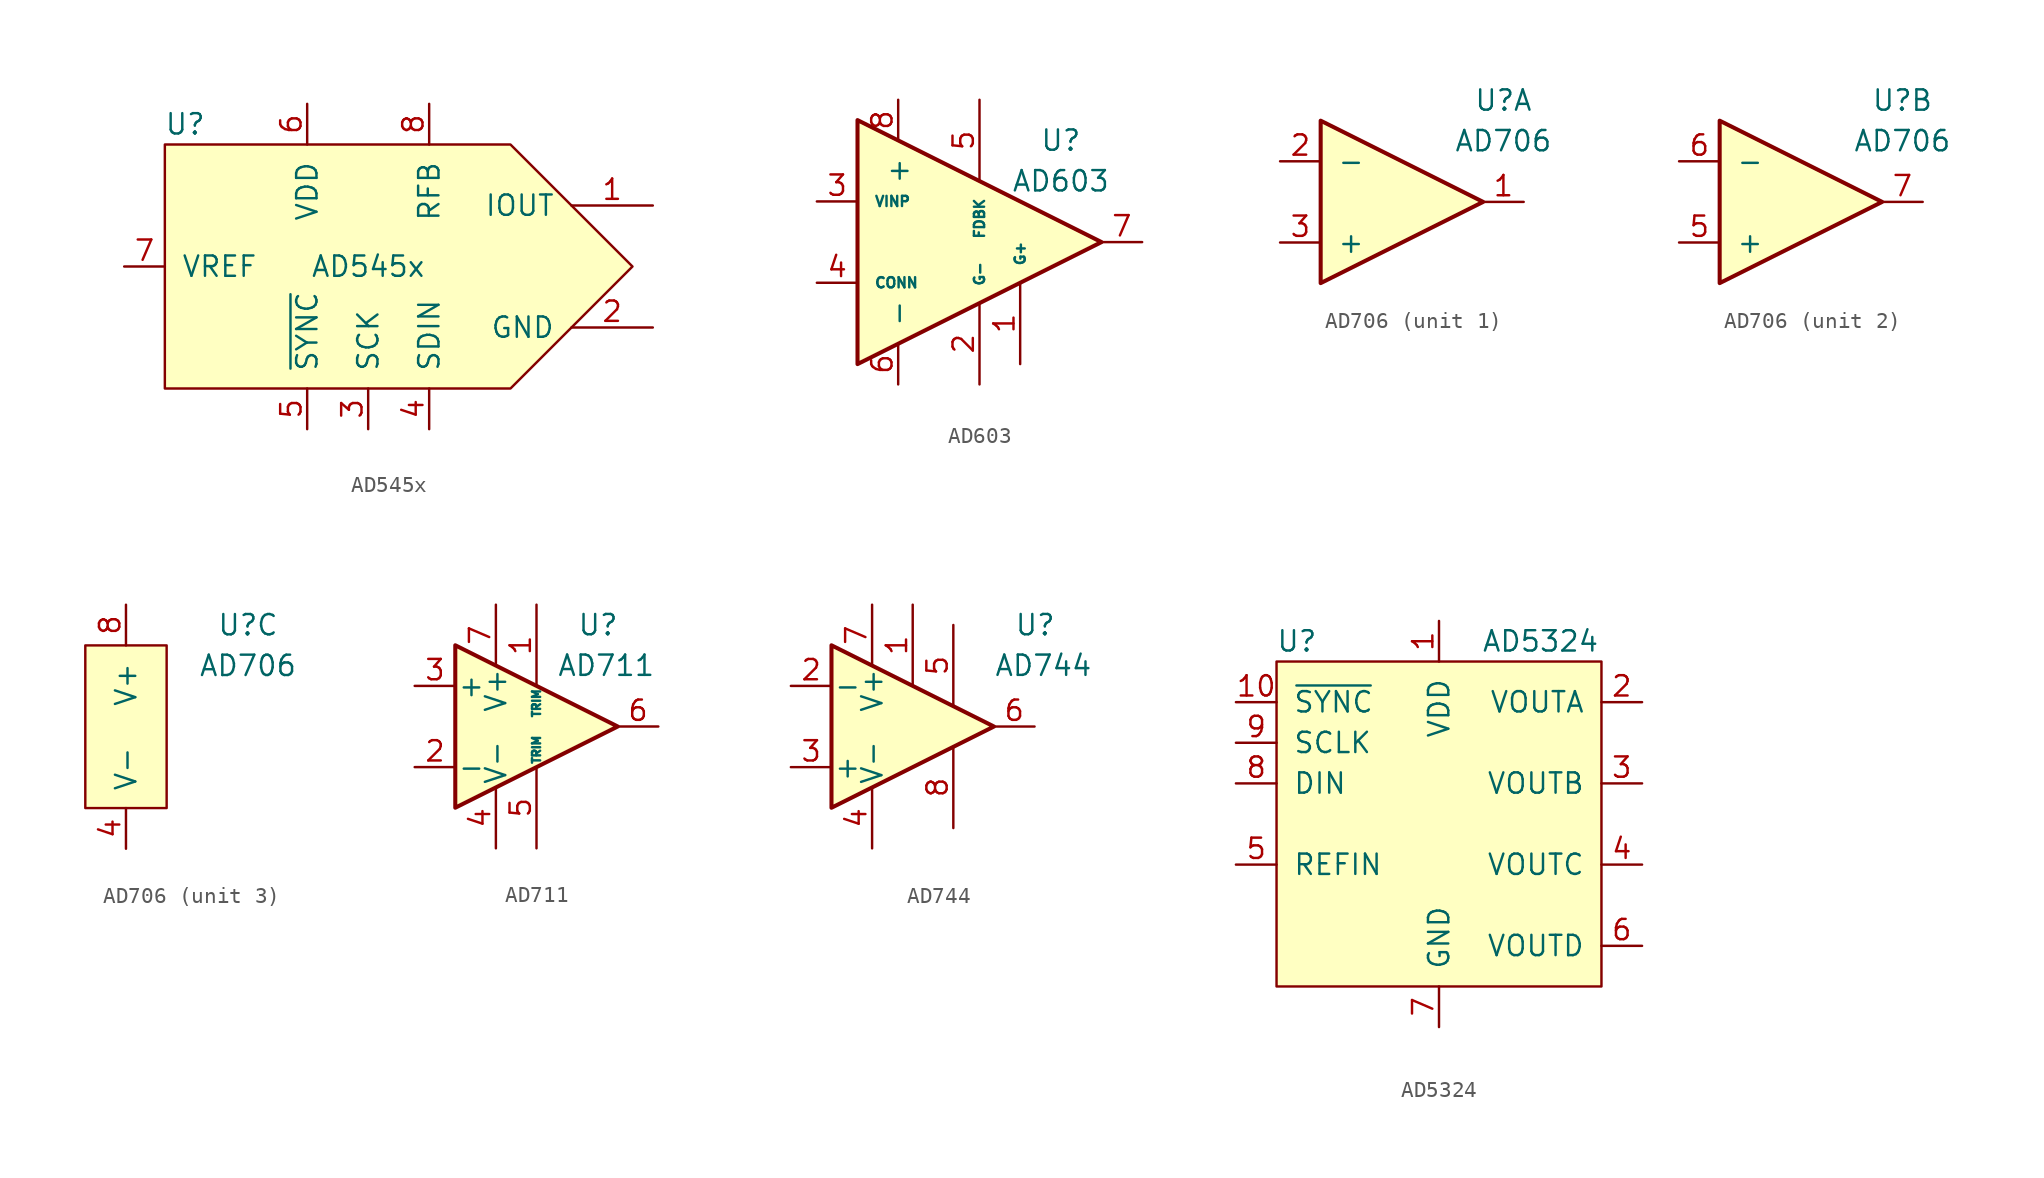
<source format=kicad_sym>
(kicad_symbol_lib
  (version 20220914)
  (generator kicad_symbol_editor)
  (symbol "AD545x"
    (pin_names
      (offset 1.016))
    (property "Reference" "U"
      (at -11.43 8.89 0)
      (effects (font (size 1.27 1.27))))
    (property "Value" "AD545x"
      (at 0 0 0)
      (effects (font (size 1.27 1.27))))
    (symbol "AD545x_0_1"
      (polyline (pts (xy 16.51 0) (xy 8.89 7.62) (xy -12.7 7.62) (xy -12.7 -7.62) (xy 8.89 -7.62) (xy 16.51 0)) (stroke (width 0) (type solid)) (fill (type background))))
    (symbol "AD545x_1_1"
      (pin output line (at 17.78 3.81 180) (length 5.08) (name "IOUT" (effects (font (size 1.27 1.27)))) (number "1" (effects (font (size 1.27 1.27)))))
      (pin passive line (at 17.78 -3.81 180) (length 5.08) (name "GND" (effects (font (size 1.27 1.27)))) (number "2" (effects (font (size 1.27 1.27)))))
      (pin input line (at 0 -10.16 90) (length 2.54) (name "SCK" (effects (font (size 1.27 1.27)))) (number "3" (effects (font (size 1.27 1.27)))))
      (pin input line (at 3.81 -10.16 90) (length 2.54) (name "SDIN" (effects (font (size 1.27 1.27)))) (number "4" (effects (font (size 1.27 1.27)))))
      (pin input line (at -3.81 -10.16 90) (length 2.54) (name "~{SYNC}" (effects (font (size 1.27 1.27)))) (number "5" (effects (font (size 1.27 1.27)))))
      (pin passive line (at -3.81 10.16 270) (length 2.54) (name "VDD" (effects (font (size 1.27 1.27)))) (number "6" (effects (font (size 1.27 1.27)))))
      (pin input line (at -15.24 0 0) (length 2.54) (name "VREF" (effects (font (size 1.27 1.27)))) (number "7" (effects (font (size 1.27 1.27)))))
      (pin input line (at 3.81 10.16 270) (length 2.54) (name "RFB" (effects (font (size 1.27 1.27)))) (number "8" (effects (font (size 1.27 1.27)))))))
  (symbol "AD603"
    (pin_names
      (offset 1.016))
    (property "Reference" "U"
      (at 6.35 6.35 0)
      (effects (font (size 1.27 1.27))))
    (property "Value" "AD603"
      (at 6.35 3.81 0)
      (effects (font (size 1.27 1.27))))
    (symbol "AD603_1_1"
      (polyline (pts (xy -6.35 7.62) (xy -6.35 -7.62) (xy 8.89 0) (xy -6.35 7.62)) (stroke (width 0.254) (type solid)) (fill (type background)))
      (pin input line (at 3.81 -7.62 90) (length 5.08) (name "G+" (effects (font (size 0.635 0.635)))) (number "1" (effects (font (size 1.27 1.27)))))
      (pin input line (at 1.27 -8.89 90) (length 5.08) (name "G-" (effects (font (size 0.635 0.635)))) (number "2" (effects (font (size 1.27 1.27)))))
      (pin passive line (at -8.89 2.54 0) (length 2.54) (name "VINP" (effects (font (size 0.635 0.635)))) (number "3" (effects (font (size 1.27 1.27)))))
      (pin passive line (at -8.89 -2.54 0) (length 2.54) (name "CONN" (effects (font (size 0.635 0.635)))) (number "4" (effects (font (size 1.27 1.27)))))
      (pin input line (at 1.27 8.89 270) (length 5.08) (name "FDBK" (effects (font (size 0.635 0.635)))) (number "5" (effects (font (size 1.27 1.27)))))
      (pin power_in line (at -3.81 -8.89 90) (length 2.54) (name "-" (effects (font (size 1.27 1.27)))) (number "6" (effects (font (size 1.27 1.27)))))
      (pin output line (at 11.43 0 180) (length 2.54) (name "~" (effects (font (size 1.27 1.27)))) (number "7" (effects (font (size 1.27 1.27)))))
      (pin power_in line (at -3.81 8.89 270) (length 2.54) (name "+" (effects (font (size 1.27 1.27)))) (number "8" (effects (font (size 1.27 1.27)))))))
  (symbol "AD706"
    (pin_names
      (offset 1.016))
    (property "Reference" "U"
      (at 7.62 6.35 0)
      (effects (font (size 1.27 1.27))))
    (property "Value" "AD706"
      (at 7.62 3.81 0)
      (effects (font (size 1.27 1.27))))
    (symbol "AD706_1_1"
      (polyline (pts (xy -3.81 5.08) (xy 6.35 0) (xy -3.81 -5.08) (xy -3.81 5.08)) (stroke (width 0.254) (type solid)) (fill (type background)))
      (pin output line (at 8.89 0 180) (length 2.54) (name "~" (effects (font (size 1.27 1.27)))) (number "1" (effects (font (size 1.27 1.27)))))
      (pin input line (at -6.35 2.54 0) (length 2.54) (name "-" (effects (font (size 1.27 1.27)))) (number "2" (effects (font (size 1.27 1.27)))))
      (pin input line (at -6.35 -2.54 0) (length 2.54) (name "+" (effects (font (size 1.27 1.27)))) (number "3" (effects (font (size 1.27 1.27))))))
    (symbol "AD706_2_1"
      (polyline (pts (xy -3.81 5.08) (xy 6.35 0) (xy -3.81 -5.08) (xy -3.81 5.08)) (stroke (width 0.254) (type solid)) (fill (type background)))
      (pin input line (at -6.35 -2.54 0) (length 2.54) (name "+" (effects (font (size 1.27 1.27)))) (number "5" (effects (font (size 1.27 1.27)))))
      (pin input line (at -6.35 2.54 0) (length 2.54) (name "-" (effects (font (size 1.27 1.27)))) (number "6" (effects (font (size 1.27 1.27)))))
      (pin output line (at 8.89 0 180) (length 2.54) (name "~" (effects (font (size 1.27 1.27)))) (number "7" (effects (font (size 1.27 1.27))))))
    (symbol "AD706_3_1"
      (rectangle (start -2.54 5.08) (end 2.54 -5.08) (stroke (width 0) (type solid)) (fill (type background)))
      (pin passive line (at 0 -7.62 90) (length 2.54) (name "V-" (effects (font (size 1.27 1.27)))) (number "4" (effects (font (size 1.27 1.27)))))
      (pin passive line (at 0 7.62 270) (length 2.54) (name "V+" (effects (font (size 1.27 1.27)))) (number "8" (effects (font (size 1.27 1.27)))))))
  (symbol "AD711"
    (pin_names
      (offset 0.127))
    (property "Reference" "U"
      (at 2.54 6.35 0)
      (effects (font (size 1.27 1.27)) (justify left)))
    (property "Value" "AD711"
      (at 1.27 3.81 0)
      (effects (font (size 1.27 1.27)) (justify left)))
    (symbol "AD711_0_1"
      (polyline (pts (xy -5.08 5.08) (xy 5.08 0) (xy -5.08 -5.08) (xy -5.08 5.08)) (stroke (width 0.254) (type solid)) (fill (type background))))
    (symbol "AD711_1_1"
      (pin input line (at 0 7.62 270) (length 5.08) (name "TRIM" (effects (font (size 0.508 0.508)))) (number "1" (effects (font (size 1.27 1.27)))))
      (pin input line (at -7.62 -2.54 0) (length 2.54) (name "-" (effects (font (size 1.27 1.27)))) (number "2" (effects (font (size 1.27 1.27)))))
      (pin input line (at -7.62 2.54 0) (length 2.54) (name "+" (effects (font (size 1.27 1.27)))) (number "3" (effects (font (size 1.27 1.27)))))
      (pin power_in line (at -2.54 -7.62 90) (length 3.81) (name "V-" (effects (font (size 1.27 1.27)))) (number "4" (effects (font (size 1.27 1.27)))))
      (pin input line (at 0 -7.62 90) (length 5.08) (name "TRIM" (effects (font (size 0.508 0.508)))) (number "5" (effects (font (size 1.27 1.27)))))
      (pin output line (at 7.62 0 180) (length 2.54) (name "~" (effects (font (size 1.27 1.27)))) (number "6" (effects (font (size 1.27 1.27)))))
      (pin power_in line (at -2.54 7.62 270) (length 3.81) (name "V+" (effects (font (size 1.27 1.27)))) (number "7" (effects (font (size 1.27 1.27)))))
      (pin no_connect non_logic (at 2.54 -1.27 90) (length 0) hide (name "NC" (effects (font (size 0.508 0.508)))) (number "8" (effects (font (size 1.27 1.27)))))))
  (symbol "AD744"
    (pin_names
      (offset 0.127))
    (property "Reference" "U"
      (at 6.35 6.35 0)
      (effects (font (size 1.27 1.27)) (justify left)))
    (property "Value" "AD744"
      (at 5.08 3.81 0)
      (effects (font (size 1.27 1.27)) (justify left)))
    (symbol "AD744_0_1"
      (polyline (pts (xy -5.08 5.08) (xy 5.08 0) (xy -5.08 -5.08) (xy -5.08 5.08)) (stroke (width 0.254) (type solid)) (fill (type background))))
    (symbol "AD744_1_1"
      (pin input line (at 0 7.62 270) (length 5.08) (name "~" (effects (font (size 0.508 0.508)))) (number "1" (effects (font (size 1.27 1.27)))))
      (pin input line (at -7.62 2.54 0) (length 2.54) (name "-" (effects (font (size 1.27 1.27)))) (number "2" (effects (font (size 1.27 1.27)))))
      (pin input line (at -7.62 -2.54 0) (length 2.54) (name "+" (effects (font (size 1.27 1.27)))) (number "3" (effects (font (size 1.27 1.27)))))
      (pin power_in line (at -2.54 -7.62 90) (length 3.81) (name "V-" (effects (font (size 1.27 1.27)))) (number "4" (effects (font (size 1.27 1.27)))))
      (pin input line (at 2.54 6.35 270) (length 5.08) (name "~" (effects (font (size 0.508 0.508)))) (number "5" (effects (font (size 1.27 1.27)))))
      (pin output line (at 7.62 0 180) (length 2.54) (name "~" (effects (font (size 1.27 1.27)))) (number "6" (effects (font (size 1.27 1.27)))))
      (pin power_in line (at -2.54 7.62 270) (length 3.81) (name "V+" (effects (font (size 1.27 1.27)))) (number "7" (effects (font (size 1.27 1.27)))))
      (pin input line (at 2.54 -6.35 90) (length 5.08) (name "~" (effects (font (size 0.508 0.508)))) (number "8" (effects (font (size 1.27 1.27)))))))
  (symbol "AD5324"
    (pin_names
      (offset 1.016))
    (property "Reference" "U"
      (at -8.89 10.16 0)
      (effects (font (size 1.27 1.27))))
    (property "Value" "AD5324"
      (at 6.35 10.16 0)
      (effects (font (size 1.27 1.27))))
    (symbol "AD5324_0_1"
      (rectangle (start -10.16 8.89) (end 10.16 -11.43) (stroke (width 0) (type solid)) (fill (type background))))
    (symbol "AD5324_1_1"
      (pin passive line (at 0 11.43 270) (length 2.54) (name "VDD" (effects (font (size 1.27 1.27)))) (number "1" (effects (font (size 1.27 1.27)))))
      (pin input line (at -12.7 6.35 0) (length 2.54) (name "~{SYNC}" (effects (font (size 1.27 1.27)))) (number "10" (effects (font (size 1.27 1.27)))))
      (pin passive line (at 12.7 6.35 180) (length 2.54) (name "VOUTA" (effects (font (size 1.27 1.27)))) (number "2" (effects (font (size 1.27 1.27)))))
      (pin passive line (at 12.7 1.27 180) (length 2.54) (name "VOUTB" (effects (font (size 1.27 1.27)))) (number "3" (effects (font (size 1.27 1.27)))))
      (pin passive line (at 12.7 -3.81 180) (length 2.54) (name "VOUTC" (effects (font (size 1.27 1.27)))) (number "4" (effects (font (size 1.27 1.27)))))
      (pin passive line (at -12.7 -3.81 0) (length 2.54) (name "REFIN" (effects (font (size 1.27 1.27)))) (number "5" (effects (font (size 1.27 1.27)))))
      (pin passive line (at 12.7 -8.89 180) (length 2.54) (name "VOUTD" (effects (font (size 1.27 1.27)))) (number "6" (effects (font (size 1.27 1.27)))))
      (pin passive line (at 0 -13.97 90) (length 2.54) (name "GND" (effects (font (size 1.27 1.27)))) (number "7" (effects (font (size 1.27 1.27)))))
      (pin input line (at -12.7 1.27 0) (length 2.54) (name "DIN" (effects (font (size 1.27 1.27)))) (number "8" (effects (font (size 1.27 1.27)))))
      (pin input line (at -12.7 3.81 0) (length 2.54) (name "SCLK" (effects (font (size 1.27 1.27)))) (number "9" (effects (font (size 1.27 1.27))))))))
</source>
